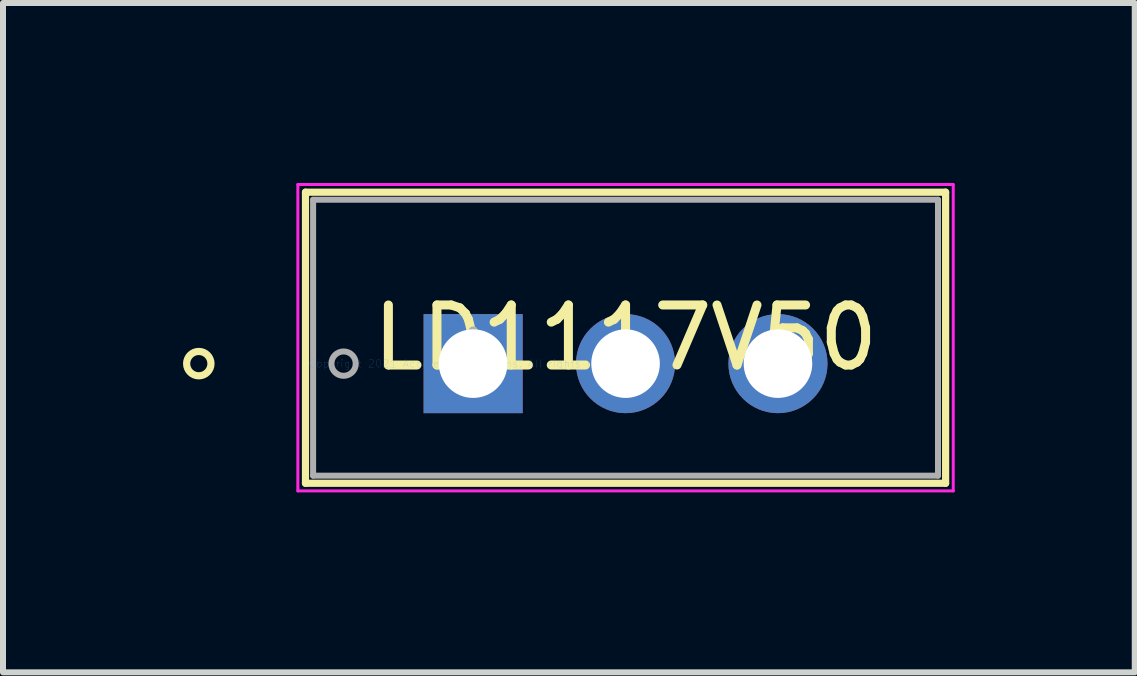
<source format=kicad_pcb>
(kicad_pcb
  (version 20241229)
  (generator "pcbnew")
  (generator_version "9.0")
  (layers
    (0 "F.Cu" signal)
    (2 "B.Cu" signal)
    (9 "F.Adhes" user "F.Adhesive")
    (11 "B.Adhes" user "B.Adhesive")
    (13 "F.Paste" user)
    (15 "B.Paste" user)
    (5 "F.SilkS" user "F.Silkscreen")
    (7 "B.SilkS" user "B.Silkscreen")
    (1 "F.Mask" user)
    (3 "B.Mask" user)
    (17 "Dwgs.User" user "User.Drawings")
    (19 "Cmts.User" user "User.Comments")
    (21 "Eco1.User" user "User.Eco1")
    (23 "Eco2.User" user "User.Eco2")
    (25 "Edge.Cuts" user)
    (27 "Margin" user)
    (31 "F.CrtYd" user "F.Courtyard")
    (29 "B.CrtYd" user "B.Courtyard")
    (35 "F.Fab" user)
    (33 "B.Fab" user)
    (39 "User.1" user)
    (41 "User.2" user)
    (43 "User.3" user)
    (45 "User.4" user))
  (footprint "LD1117V50"
    (layer "F.Cu")
    (at 4.835 3.01)
    (property "Reference" "LD1117V50" (at 2.54 -0.432 0) (layer "F.SilkS") (effects (font (size 1 1) (thickness 0.15))))
    (attr through_hole)
    (fp_line (start -2.794 -2.857) (end -2.794 1.994) (stroke (width 0.12) (type solid)) (layer "F.SilkS"))
    (fp_line (start -2.794 1.994) (end 7.874 1.994) (stroke (width 0.12) (type solid)) (layer "F.SilkS"))
    (fp_line (start 7.874 -2.857) (end -2.794 -2.857) (stroke (width 0.12) (type solid)) (layer "F.SilkS"))
    (fp_line (start 7.874 1.994) (end 7.874 -2.857) (stroke (width 0.12) (type solid)) (layer "F.SilkS"))
    (fp_circle (center -4.572 0) (end -4.369 0) (stroke (width 0.12) (type solid)) (fill no) (layer "F.SilkS"))
    (fp_line (start -2.921 -2.985) (end 8.001 -2.985) (stroke (width 0.05) (type solid)) (layer "F.CrtYd"))
    (fp_line (start -2.921 2.121) (end -2.921 -2.985) (stroke (width 0.05) (type solid)) (layer "F.CrtYd"))
    (fp_line (start 8.001 -2.985) (end 8.001 2.121) (stroke (width 0.05) (type solid)) (layer "F.CrtYd"))
    (fp_line (start 8.001 2.121) (end -2.921 2.121) (stroke (width 0.05) (type solid)) (layer "F.CrtYd"))
    (fp_line (start -2.667 -2.731) (end -2.667 1.867) (stroke (width 0.1) (type solid)) (layer "F.Fab"))
    (fp_line (start -2.667 1.867) (end 7.747 1.867) (stroke (width 0.1) (type solid)) (layer "F.Fab"))
    (fp_line (start -0.254 0) (end 0.254 0) (stroke (width 0.1) (type solid)) (layer "F.Fab"))
    (fp_line (start 0 0.254) (end 0 -0.254) (stroke (width 0.1) (type solid)) (layer "F.Fab"))
    (fp_line (start 7.747 -2.731) (end -2.667 -2.731) (stroke (width 0.1) (type solid)) (layer "F.Fab"))
    (fp_line (start 7.747 1.867) (end 7.747 -2.731) (stroke (width 0.1) (type solid)) (layer "F.Fab"))
    (fp_circle (center -2.159 0) (end -1.956 0) (stroke (width 0.1) (type solid)) (fill no) (layer "F.Fab"))
    (fp_text user "*" (at 0 0 0) (layer "F.SilkS") (effects (font (size 1 1) (thickness 0.15))))
    (fp_text user "Copyright 2021 Accelerated Designs. All rights reserved." (at 0 0 0) (layer "Cmts.User") (effects (font (size 0.127 0.127) (thickness 0.002))))
    (fp_text user "*" (at 0 0 0) (layer "F.Fab") (effects (font (size 1 1) (thickness 0.15))))
    (pad "1" thru_hole rect (at 0 0) (size 1.651 1.651) (drill 1.143) (layers "*.Cu" "*.Mask"))
    (pad "2" thru_hole circle (at 2.54 0) (size 1.651 1.651) (drill 1.143) (layers "*.Cu" "*.Mask"))
    (pad "3" thru_hole circle (at 5.08 0) (size 1.651 1.651) (drill 1.143) (layers "*.Cu" "*.Mask")))
  (gr_rect
    (start -3 -3)
    (end 15.861 8.155)
    (stroke (width 0.1) (type default))
    (fill no)
    (layer "Edge.Cuts")))
</source>
